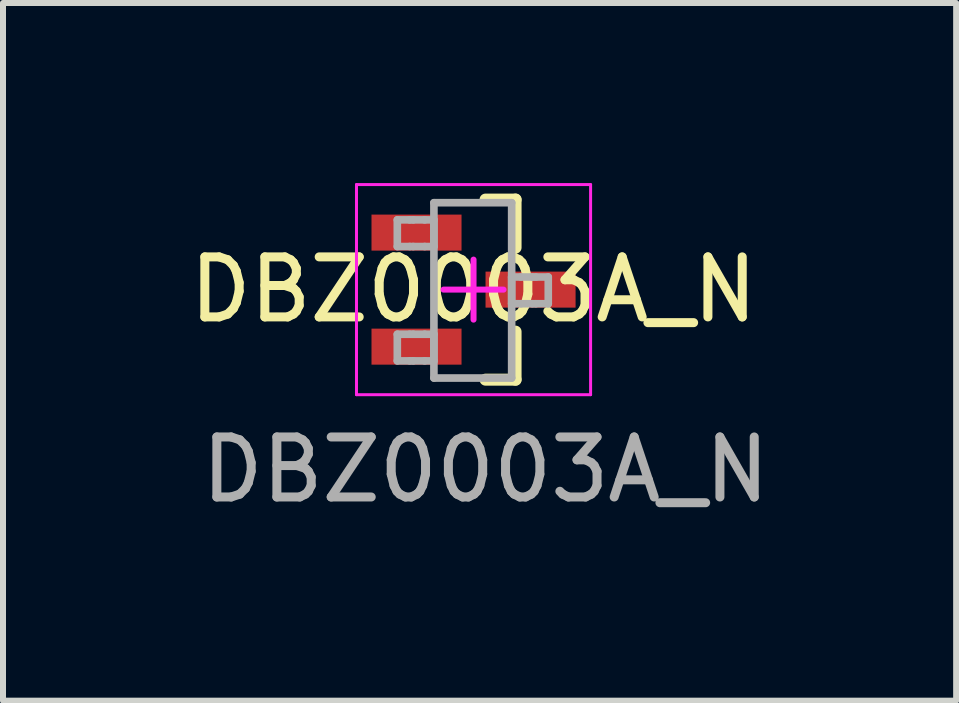
<source format=kicad_pcb>
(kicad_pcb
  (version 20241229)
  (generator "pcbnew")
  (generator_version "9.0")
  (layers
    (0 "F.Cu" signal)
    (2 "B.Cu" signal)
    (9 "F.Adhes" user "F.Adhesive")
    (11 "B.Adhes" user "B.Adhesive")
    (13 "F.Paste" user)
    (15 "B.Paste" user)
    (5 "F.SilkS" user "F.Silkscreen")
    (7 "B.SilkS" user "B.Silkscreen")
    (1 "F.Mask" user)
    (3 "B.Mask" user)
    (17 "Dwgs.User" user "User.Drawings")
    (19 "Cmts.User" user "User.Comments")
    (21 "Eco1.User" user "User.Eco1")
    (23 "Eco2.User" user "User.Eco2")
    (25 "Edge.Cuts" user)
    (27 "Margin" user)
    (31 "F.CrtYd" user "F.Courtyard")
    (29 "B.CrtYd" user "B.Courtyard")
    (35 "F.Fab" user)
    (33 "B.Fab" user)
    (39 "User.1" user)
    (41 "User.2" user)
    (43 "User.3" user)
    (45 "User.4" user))
  (footprint "DBZ0003A_N"
    (layer "F.Cu")
    (at 4.839 1.775)
    (property "Reference" "DBZ0003A_N" (at 0 0 0) (unlocked yes) (layer "F.SilkS") (effects (font (size 1 1) (thickness 0.15))))
    (attr smd)
    (fp_line (start 0.2 -1.5) (end 0.7 -1.5) (stroke (width 0.2) (type solid)) (layer "F.SilkS"))
    (fp_line (start 0.2 1.5) (end 0.7 1.5) (stroke (width 0.2) (type solid)) (layer "F.SilkS"))
    (fp_line (start 0.7 -0.7) (end 0.7 -1.5) (stroke (width 0.2) (type solid)) (layer "F.SilkS"))
    (fp_line (start 0.7 1.5) (end 0.7 0.7) (stroke (width 0.2) (type solid)) (layer "F.SilkS"))
    (fp_line (start -1.95 -1.75) (end 1.95 -1.75) (stroke (width 0.05) (type solid)) (layer "F.CrtYd"))
    (fp_line (start -1.95 1.75) (end -1.95 -1.75) (stroke (width 0.05) (type solid)) (layer "F.CrtYd"))
    (fp_line (start -1.95 1.75) (end 1.95 1.75) (stroke (width 0.05) (type solid)) (layer "F.CrtYd"))
    (fp_line (start -0.5 0) (end 0.5 0) (stroke (width 0.1) (type solid)) (layer "F.CrtYd"))
    (fp_line (start 0.000003 0.5) (end 0.000003 -0.5) (stroke (width 0.1) (type solid)) (layer "F.CrtYd"))
    (fp_line (start 1.95 1.75) (end 1.95 -1.75) (stroke (width 0.05) (type solid)) (layer "F.CrtYd"))
    (fp_line (start -1.27 -1.162) (end -1.063 -1.162) (stroke (width 0.127) (type solid)) (layer "F.Fab"))
    (fp_line (start -1.27 -0.718) (end -1.27 -1.162) (stroke (width 0.127) (type solid)) (layer "F.Fab"))
    (fp_line (start -1.27 -0.718) (end -1.063 -0.718) (stroke (width 0.127) (type solid)) (layer "F.Fab"))
    (fp_line (start -1.27 0.743) (end -1.063 0.743) (stroke (width 0.127) (type solid)) (layer "F.Fab"))
    (fp_line (start -1.27 1.187) (end -1.27 0.743) (stroke (width 0.127) (type solid)) (layer "F.Fab"))
    (fp_line (start -1.27 1.187) (end -1.063 1.187) (stroke (width 0.127) (type solid)) (layer "F.Fab"))
    (fp_line (start -1.063 -1.162) (end -1.005 -1.162) (stroke (width 0.127) (type solid)) (layer "F.Fab"))
    (fp_line (start -1.063 -0.718) (end -1.005 -0.718) (stroke (width 0.127) (type solid)) (layer "F.Fab"))
    (fp_line (start -1.063 0.743) (end -1.005 0.743) (stroke (width 0.127) (type solid)) (layer "F.Fab"))
    (fp_line (start -1.063 1.187) (end -1.005 1.187) (stroke (width 0.127) (type solid)) (layer "F.Fab"))
    (fp_line (start -1.005 -1.162) (end -0.814 -1.162) (stroke (width 0.127) (type solid)) (layer "F.Fab"))
    (fp_line (start -1.005 -0.718) (end -0.814 -0.718) (stroke (width 0.127) (type solid)) (layer "F.Fab"))
    (fp_line (start -1.005 0.743) (end -0.814 0.743) (stroke (width 0.127) (type solid)) (layer "F.Fab"))
    (fp_line (start -1.005 1.187) (end -0.814 1.187) (stroke (width 0.127) (type solid)) (layer "F.Fab"))
    (fp_line (start -0.814 -1.162) (end -0.66 -1.162) (stroke (width 0.127) (type solid)) (layer "F.Fab"))
    (fp_line (start -0.814 -0.718) (end -0.66 -0.718) (stroke (width 0.127) (type solid)) (layer "F.Fab"))
    (fp_line (start -0.814 0.743) (end -0.66 0.743) (stroke (width 0.127) (type solid)) (layer "F.Fab"))
    (fp_line (start -0.814 1.187) (end -0.66 1.187) (stroke (width 0.127) (type solid)) (layer "F.Fab"))
    (fp_line (start -0.66 -1.448) (end 0.635 -1.448) (stroke (width 0.127) (type solid)) (layer "F.Fab"))
    (fp_line (start -0.66 -0.718) (end -0.66 -1.162) (stroke (width 0.127) (type solid)) (layer "F.Fab"))
    (fp_line (start -0.66 1.187) (end -0.66 0.743) (stroke (width 0.127) (type solid)) (layer "F.Fab"))
    (fp_line (start -0.66 1.473) (end -0.66 -1.448) (stroke (width 0.127) (type solid)) (layer "F.Fab"))
    (fp_line (start -0.66 1.473) (end 0.635 1.473) (stroke (width 0.127) (type solid)) (layer "F.Fab"))
    (fp_line (start 0.635 -0.21) (end 0.789 -0.21) (stroke (width 0.127) (type solid)) (layer "F.Fab"))
    (fp_line (start 0.635 0.235) (end 0.635 -0.21) (stroke (width 0.127) (type solid)) (layer "F.Fab"))
    (fp_line (start 0.635 0.235) (end 0.789 0.235) (stroke (width 0.127) (type solid)) (layer "F.Fab"))
    (fp_line (start 0.635 1.473) (end 0.635 -1.448) (stroke (width 0.127) (type solid)) (layer "F.Fab"))
    (fp_line (start 0.789 -0.21) (end 0.98 -0.21) (stroke (width 0.127) (type solid)) (layer "F.Fab"))
    (fp_line (start 0.789 0.235) (end 0.98 0.235) (stroke (width 0.127) (type solid)) (layer "F.Fab"))
    (fp_line (start 0.98 -0.21) (end 1.037 -0.21) (stroke (width 0.127) (type solid)) (layer "F.Fab"))
    (fp_line (start 0.98 0.235) (end 1.037 0.235) (stroke (width 0.127) (type solid)) (layer "F.Fab"))
    (fp_line (start 1.037 -0.21) (end 1.245 -0.21) (stroke (width 0.127) (type solid)) (layer "F.Fab"))
    (fp_line (start 1.037 0.235) (end 1.245 0.235) (stroke (width 0.127) (type solid)) (layer "F.Fab"))
    (fp_line (start 1.245 0.235) (end 1.245 -0.21) (stroke (width 0.127) (type solid)) (layer "F.Fab"))
    (fp_text user "${REFERENCE}" (at 0.2 3 0) (unlocked yes) (layer "F.Fab") (effects (font (size 1 1) (thickness 0.15))))
    (pad "1" smd rect (at -0.95 -0.95 90) (size 0.6 1.5) (layers "F.Cu" "F.Mask" "F.Paste"))
    (pad "2" smd rect (at -0.95 0.95 90) (size 0.6 1.5) (layers "F.Cu" "F.Mask" "F.Paste"))
    (pad "3" smd rect (at 0.95 0 90) (size 0.6 1.5) (layers "F.Cu" "F.Mask" "F.Paste")))
  (gr_rect
    (start -3 -3)
    (end 12.879 8.623)
    (stroke (width 0.1) (type default))
    (fill no)
    (layer "Edge.Cuts")))
</source>
